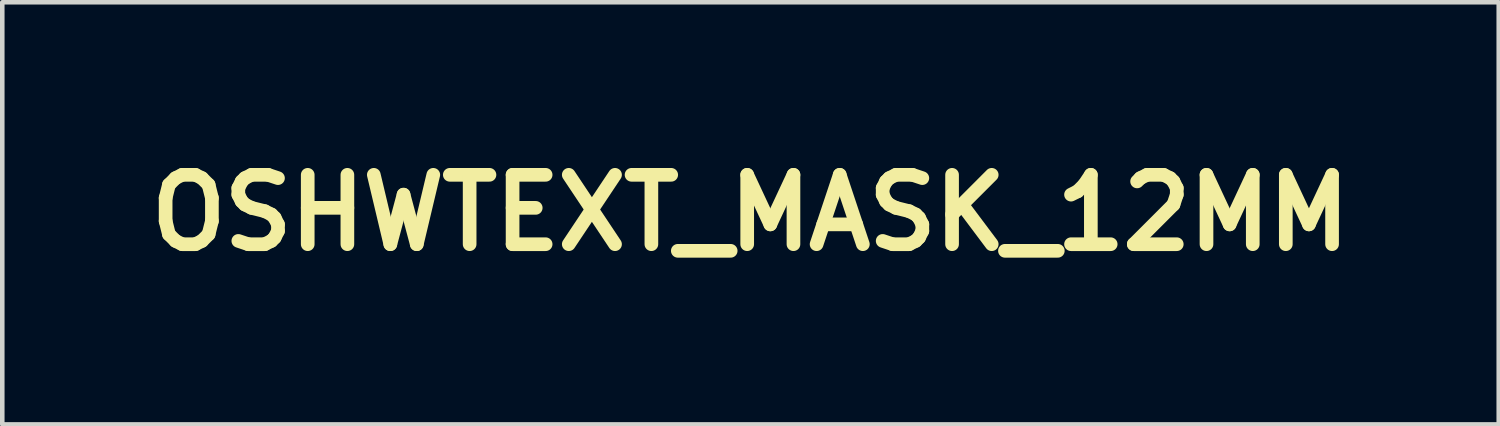
<source format=kicad_pcb>
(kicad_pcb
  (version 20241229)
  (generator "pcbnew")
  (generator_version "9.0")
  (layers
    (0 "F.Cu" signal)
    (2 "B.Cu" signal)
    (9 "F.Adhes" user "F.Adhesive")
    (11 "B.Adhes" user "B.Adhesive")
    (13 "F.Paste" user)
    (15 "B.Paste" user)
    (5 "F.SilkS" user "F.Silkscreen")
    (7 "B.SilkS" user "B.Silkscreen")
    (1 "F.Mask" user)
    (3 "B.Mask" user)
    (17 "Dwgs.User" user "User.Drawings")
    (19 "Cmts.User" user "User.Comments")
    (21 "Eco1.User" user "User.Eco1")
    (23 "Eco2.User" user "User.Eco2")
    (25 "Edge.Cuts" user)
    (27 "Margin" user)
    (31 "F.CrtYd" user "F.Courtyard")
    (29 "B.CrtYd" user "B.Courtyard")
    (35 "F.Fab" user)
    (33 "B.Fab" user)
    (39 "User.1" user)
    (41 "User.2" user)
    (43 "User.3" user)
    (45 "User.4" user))
  (footprint "OSHWTEXT_MASK_12MM"
    (layer "F.Cu")
    (at 13.433 1.624)
    (property "Reference" "OSHWTEXT_MASK_12MM" (at 0 0 0) (layer "F.SilkS") (effects (font (size 1.524 1.524) (thickness 0.3))))
    (attr through_hole)
    (fp_poly (pts (xy -1.63 0.379) (xy -1.544 0.409) (xy -1.504 0.434) (xy -1.48 0.455) (xy -1.476 0.463) (xy -1.486 0.482) (xy -1.512 0.518) (xy -1.549 0.563) (xy -1.557 0.573) (xy -1.638 0.666) (xy -1.688 0.64) (xy -1.753 0.62) (xy -1.828 0.616) (xy -1.899 0.629) (xy -1.934 0.644) (xy -1.973 0.676) (xy -2.009 0.721) (xy -2.015 0.731) (xy -2.025 0.75) (xy -2.032 0.771) (xy -2.038 0.798) (xy -2.042 0.834) (xy -2.045 0.884) (xy -2.047 0.952) (xy -2.048 1.042) (xy -2.048 1.158) (xy -2.048 1.213) (xy -2.048 1.635) (xy -2.302 1.635) (xy -2.302 0.381) (xy -2.048 0.381) (xy -2.048 0.514) (xy -2.012 0.48) (xy -1.93 0.424) (xy -1.834 0.387) (xy -1.731 0.372) (xy -1.63 0.379)) (stroke (width 0.01) (type solid)) (fill yes) (layer "F.Mask"))
    (fp_poly (pts (xy 3.833 -1.589) (xy 3.854 -1.58) (xy 3.898 -1.558) (xy 3.929 -1.54) (xy 3.937 -1.531) (xy 3.927 -1.516) (xy 3.902 -1.482) (xy 3.865 -1.437) (xy 3.852 -1.422) (xy 3.768 -1.322) (xy 3.707 -1.353) (xy 3.627 -1.378) (xy 3.546 -1.373) (xy 3.469 -1.339) (xy 3.402 -1.278) (xy 3.39 -1.264) (xy 3.38 -1.249) (xy 3.373 -1.232) (xy 3.367 -1.208) (xy 3.362 -1.173) (xy 3.359 -1.124) (xy 3.357 -1.057) (xy 3.355 -0.967) (xy 3.354 -0.851) (xy 3.353 -0.793) (xy 3.348 -0.365) (xy 3.111 -0.365) (xy 3.111 -1.603) (xy 3.35 -1.603) (xy 3.35 -1.54) (xy 3.352 -1.5) (xy 3.357 -1.478) (xy 3.359 -1.476) (xy 3.375 -1.486) (xy 3.407 -1.51) (xy 3.43 -1.529) (xy 3.52 -1.586) (xy 3.621 -1.615) (xy 3.727 -1.616) (xy 3.833 -1.589)) (stroke (width 0.01) (type solid)) (fill yes) (layer "F.Mask"))
    (fp_poly (pts (xy 3.426 0.371) (xy 3.475 0.385) (xy 3.529 0.403) (xy 3.576 0.423) (xy 3.607 0.441) (xy 3.613 0.446) (xy 3.612 0.463) (xy 3.596 0.493) (xy 3.561 0.539) (xy 3.507 0.605) (xy 3.497 0.618) (xy 3.451 0.672) (xy 3.406 0.642) (xy 3.338 0.615) (xy 3.262 0.613) (xy 3.186 0.634) (xy 3.12 0.675) (xy 3.072 0.731) (xy 3.063 0.749) (xy 3.055 0.771) (xy 3.049 0.798) (xy 3.045 0.837) (xy 3.041 0.89) (xy 3.039 0.962) (xy 3.037 1.057) (xy 3.036 1.178) (xy 3.035 1.21) (xy 3.03 1.635) (xy 2.794 1.635) (xy 2.794 0.381) (xy 3.032 0.381) (xy 3.032 0.445) (xy 3.034 0.484) (xy 3.038 0.506) (xy 3.04 0.508) (xy 3.056 0.499) (xy 3.089 0.476) (xy 3.119 0.454) (xy 3.197 0.409) (xy 3.291 0.378) (xy 3.385 0.365) (xy 3.389 0.365) (xy 3.426 0.371)) (stroke (width 0.01) (type solid)) (fill yes) (layer "F.Mask"))
    (fp_poly (pts (xy -1.707 -1.616) (xy -1.599 -1.584) (xy -1.594 -1.581) (xy -1.507 -1.529) (xy -1.44 -1.462) (xy -1.388 -1.373) (xy -1.377 -1.35) (xy -1.368 -1.327) (xy -1.362 -1.301) (xy -1.357 -1.268) (xy -1.353 -1.224) (xy -1.351 -1.165) (xy -1.35 -1.087) (xy -1.35 -0.986) (xy -1.35 -0.858) (xy -1.35 -0.829) (xy -1.349 -0.365) (xy -1.587 -0.365) (xy -1.587 -0.767) (xy -1.588 -0.89) (xy -1.588 -0.987) (xy -1.59 -1.06) (xy -1.592 -1.114) (xy -1.596 -1.154) (xy -1.602 -1.184) (xy -1.609 -1.208) (xy -1.619 -1.231) (xy -1.623 -1.238) (xy -1.668 -1.308) (xy -1.721 -1.35) (xy -1.79 -1.37) (xy -1.841 -1.373) (xy -1.92 -1.365) (xy -1.982 -1.338) (xy -2.037 -1.287) (xy -2.055 -1.264) (xy -2.065 -1.249) (xy -2.072 -1.232) (xy -2.078 -1.208) (xy -2.083 -1.173) (xy -2.086 -1.124) (xy -2.088 -1.057) (xy -2.09 -0.967) (xy -2.092 -0.851) (xy -2.092 -0.793) (xy -2.097 -0.365) (xy -2.334 -0.365) (xy -2.334 -1.603) (xy -2.095 -1.603) (xy -2.095 -1.477) (xy -2.024 -1.531) (xy -1.924 -1.589) (xy -1.817 -1.617) (xy -1.707 -1.616)) (stroke (width 0.01) (type solid)) (fill yes) (layer "F.Mask"))
    (fp_poly (pts (xy 4.58 -1.612) (xy 4.696 -1.581) (xy 4.804 -1.522) (xy 4.883 -1.457) (xy 4.933 -1.411) (xy 4.847 -1.33) (xy 4.762 -1.249) (xy 4.718 -1.29) (xy 4.641 -1.346) (xy 4.555 -1.375) (xy 4.467 -1.38) (xy 4.382 -1.361) (xy 4.306 -1.32) (xy 4.244 -1.259) (xy 4.202 -1.178) (xy 4.199 -1.169) (xy 4.179 -1.072) (xy 4.175 -0.971) (xy 4.185 -0.871) (xy 4.207 -0.782) (xy 4.24 -0.71) (xy 4.266 -0.679) (xy 4.346 -0.623) (xy 4.436 -0.594) (xy 4.53 -0.591) (xy 4.622 -0.615) (xy 4.704 -0.665) (xy 4.718 -0.678) (xy 4.762 -0.72) (xy 4.847 -0.639) (xy 4.933 -0.558) (xy 4.875 -0.502) (xy 4.78 -0.428) (xy 4.673 -0.38) (xy 4.55 -0.357) (xy 4.508 -0.354) (xy 4.428 -0.353) (xy 4.367 -0.359) (xy 4.315 -0.373) (xy 4.299 -0.379) (xy 4.181 -0.438) (xy 4.088 -0.512) (xy 4.018 -0.603) (xy 3.97 -0.714) (xy 3.943 -0.846) (xy 3.935 -0.992) (xy 3.947 -1.146) (xy 3.983 -1.28) (xy 4.041 -1.394) (xy 4.12 -1.486) (xy 4.219 -1.554) (xy 4.336 -1.598) (xy 4.451 -1.616) (xy 4.58 -1.612)) (stroke (width 0.01) (type solid)) (fill yes) (layer "F.Mask"))
    (fp_poly (pts (xy 2.067 -1.187) (xy 2.068 -1.06) (xy 2.07 -0.96) (xy 2.073 -0.884) (xy 2.076 -0.828) (xy 2.08 -0.787) (xy 2.086 -0.758) (xy 2.093 -0.736) (xy 2.103 -0.717) (xy 2.103 -0.716) (xy 2.161 -0.646) (xy 2.233 -0.604) (xy 2.316 -0.59) (xy 2.406 -0.605) (xy 2.421 -0.61) (xy 2.479 -0.641) (xy 2.522 -0.688) (xy 2.532 -0.705) (xy 2.544 -0.726) (xy 2.553 -0.746) (xy 2.56 -0.77) (xy 2.565 -0.801) (xy 2.568 -0.843) (xy 2.57 -0.901) (xy 2.571 -0.98) (xy 2.572 -1.082) (xy 2.572 -1.188) (xy 2.572 -1.603) (xy 2.826 -1.603) (xy 2.826 -0.365) (xy 2.572 -0.365) (xy 2.572 -0.498) (xy 2.528 -0.456) (xy 2.444 -0.397) (xy 2.345 -0.361) (xy 2.239 -0.35) (xy 2.134 -0.364) (xy 2.072 -0.387) (xy 2.012 -0.422) (xy 1.954 -0.469) (xy 1.934 -0.489) (xy 1.905 -0.523) (xy 1.881 -0.558) (xy 1.863 -0.598) (xy 1.849 -0.645) (xy 1.839 -0.704) (xy 1.832 -0.779) (xy 1.828 -0.874) (xy 1.826 -0.992) (xy 1.826 -1.138) (xy 1.826 -1.162) (xy 1.826 -1.603) (xy 1.944 -1.603) (xy 2.062 -1.603) (xy 2.067 -1.187)) (stroke (width 0.01) (type solid)) (fill yes) (layer "F.Mask"))
    (fp_poly (pts (xy 5.643 -1.605) (xy 5.752 -1.567) (xy 5.853 -1.504) (xy 5.905 -1.457) (xy 5.959 -1.388) (xy 5.999 -1.308) (xy 6.025 -1.209) (xy 6.041 -1.088) (xy 6.043 -1.054) (xy 6.053 -0.889) (xy 5.251 -0.889) (xy 5.262 -0.83) (xy 5.294 -0.734) (xy 5.346 -0.659) (xy 5.416 -0.606) (xy 5.498 -0.578) (xy 5.59 -0.575) (xy 5.688 -0.598) (xy 5.782 -0.647) (xy 5.842 -0.687) (xy 6.014 -0.548) (xy 5.966 -0.497) (xy 5.883 -0.433) (xy 5.779 -0.386) (xy 5.658 -0.36) (xy 5.588 -0.355) (xy 5.519 -0.354) (xy 5.457 -0.357) (xy 5.413 -0.362) (xy 5.405 -0.363) (xy 5.292 -0.409) (xy 5.194 -0.48) (xy 5.116 -0.574) (xy 5.087 -0.627) (xy 5.048 -0.739) (xy 5.026 -0.866) (xy 5.022 -1) (xy 5.03 -1.095) (xy 5.253 -1.095) (xy 5.799 -1.095) (xy 5.79 -1.158) (xy 5.765 -1.243) (xy 5.718 -1.314) (xy 5.653 -1.363) (xy 5.645 -1.367) (xy 5.554 -1.393) (xy 5.468 -1.39) (xy 5.392 -1.36) (xy 5.33 -1.304) (xy 5.284 -1.226) (xy 5.264 -1.155) (xy 5.253 -1.095) (xy 5.03 -1.095) (xy 5.033 -1.133) (xy 5.061 -1.259) (xy 5.104 -1.369) (xy 5.139 -1.428) (xy 5.217 -1.512) (xy 5.312 -1.572) (xy 5.418 -1.607) (xy 5.53 -1.619) (xy 5.643 -1.605)) (stroke (width 0.01) (type solid)) (fill yes) (layer "F.Mask"))
    (fp_poly (pts (xy -5.408 -1.608) (xy -5.3 -1.574) (xy -5.2 -1.514) (xy -5.15 -1.469) (xy -5.1 -1.414) (xy -5.064 -1.36) (xy -5.038 -1.3) (xy -5.021 -1.229) (xy -5.012 -1.141) (xy -5.009 -1.029) (xy -5.009 -0.984) (xy -5.011 -0.863) (xy -5.018 -0.767) (xy -5.031 -0.691) (xy -5.054 -0.628) (xy -5.086 -0.573) (xy -5.131 -0.519) (xy -5.15 -0.5) (xy -5.245 -0.424) (xy -5.356 -0.373) (xy -5.476 -0.35) (xy -5.6 -0.354) (xy -5.678 -0.372) (xy -5.789 -0.422) (xy -5.882 -0.497) (xy -5.953 -0.592) (xy -5.977 -0.641) (xy -5.999 -0.717) (xy -6.014 -0.815) (xy -6.021 -0.927) (xy -6.02 -1.004) (xy -5.78 -1.004) (xy -5.778 -0.911) (xy -5.77 -0.825) (xy -5.756 -0.757) (xy -5.748 -0.737) (xy -5.7 -0.666) (xy -5.632 -0.612) (xy -5.604 -0.598) (xy -5.559 -0.59) (xy -5.498 -0.593) (xy -5.435 -0.604) (xy -5.384 -0.621) (xy -5.369 -0.63) (xy -5.307 -0.691) (xy -5.267 -0.767) (xy -5.246 -0.865) (xy -5.246 -0.868) (xy -5.241 -0.954) (xy -5.243 -1.044) (xy -5.251 -1.129) (xy -5.264 -1.198) (xy -5.278 -1.238) (xy -5.329 -1.305) (xy -5.395 -1.351) (xy -5.47 -1.375) (xy -5.549 -1.376) (xy -5.624 -1.356) (xy -5.69 -1.313) (xy -5.74 -1.249) (xy -5.747 -1.234) (xy -5.765 -1.175) (xy -5.775 -1.095) (xy -5.78 -1.004) (xy -6.02 -1.004) (xy -6.02 -1.043) (xy -6.012 -1.156) (xy -5.996 -1.256) (xy -5.974 -1.334) (xy -5.97 -1.342) (xy -5.911 -1.44) (xy -5.832 -1.517) (xy -5.737 -1.573) (xy -5.631 -1.607) (xy -5.52 -1.619) (xy -5.408 -1.608)) (stroke (width 0.01) (type solid)) (fill yes) (layer "F.Mask"))
    (fp_poly (pts (xy 1.249 -1.595) (xy 1.351 -1.551) (xy 1.44 -1.485) (xy 1.511 -1.399) (xy 1.542 -1.341) (xy 1.564 -1.269) (xy 1.58 -1.174) (xy 1.589 -1.066) (xy 1.591 -0.951) (xy 1.586 -0.84) (xy 1.574 -0.74) (xy 1.555 -0.659) (xy 1.548 -0.641) (xy 1.492 -0.546) (xy 1.414 -0.463) (xy 1.323 -0.403) (xy 1.227 -0.37) (xy 1.116 -0.353) (xy 1.003 -0.355) (xy 0.902 -0.375) (xy 0.897 -0.376) (xy 0.821 -0.415) (xy 0.741 -0.48) (xy 0.729 -0.492) (xy 0.677 -0.547) (xy 0.639 -0.601) (xy 0.611 -0.66) (xy 0.594 -0.728) (xy 0.584 -0.814) (xy 0.58 -0.921) (xy 0.579 -0.984) (xy 0.58 -1.04) (xy 0.811 -1.04) (xy 0.812 -0.955) (xy 0.817 -0.872) (xy 0.828 -0.799) (xy 0.842 -0.746) (xy 0.846 -0.737) (xy 0.9 -0.663) (xy 0.971 -0.613) (xy 1.052 -0.59) (xy 1.137 -0.594) (xy 1.214 -0.623) (xy 1.267 -0.66) (xy 1.304 -0.707) (xy 1.33 -0.769) (xy 1.344 -0.85) (xy 1.349 -0.956) (xy 1.349 -0.984) (xy 1.346 -1.096) (xy 1.335 -1.181) (xy 1.313 -1.246) (xy 1.28 -1.294) (xy 1.232 -1.332) (xy 1.206 -1.346) (xy 1.12 -1.376) (xy 1.036 -1.376) (xy 0.96 -1.349) (xy 0.896 -1.298) (xy 0.847 -1.225) (xy 0.819 -1.133) (xy 0.816 -1.116) (xy 0.811 -1.04) (xy 0.58 -1.04) (xy 0.581 -1.106) (xy 0.588 -1.201) (xy 0.602 -1.277) (xy 0.625 -1.34) (xy 0.657 -1.396) (xy 0.702 -1.45) (xy 0.72 -1.469) (xy 0.813 -1.543) (xy 0.917 -1.592) (xy 1.028 -1.616) (xy 1.14 -1.617) (xy 1.249 -1.595)) (stroke (width 0.01) (type solid)) (fill yes) (layer "F.Mask"))
    (fp_poly (pts (xy 4.245 0.378) (xy 4.265 0.381) (xy 4.349 0.403) (xy 4.415 0.432) (xy 4.477 0.475) (xy 4.511 0.504) (xy 4.575 0.577) (xy 4.624 0.668) (xy 4.657 0.779) (xy 4.676 0.913) (xy 4.682 1.028) (xy 4.683 1.095) (xy 4.286 1.095) (xy 4.161 1.095) (xy 4.064 1.096) (xy 3.992 1.097) (xy 3.942 1.101) (xy 3.91 1.109) (xy 3.893 1.121) (xy 3.889 1.139) (xy 3.892 1.162) (xy 3.901 1.194) (xy 3.906 1.211) (xy 3.938 1.28) (xy 3.988 1.342) (xy 4.049 1.387) (xy 4.074 1.398) (xy 4.164 1.413) (xy 4.262 1.404) (xy 4.357 1.374) (xy 4.397 1.352) (xy 4.479 1.302) (xy 4.557 1.369) (xy 4.597 1.405) (xy 4.626 1.434) (xy 4.635 1.447) (xy 4.624 1.463) (xy 4.596 1.491) (xy 4.569 1.515) (xy 4.469 1.58) (xy 4.351 1.622) (xy 4.219 1.64) (xy 4.091 1.633) (xy 3.971 1.602) (xy 3.869 1.545) (xy 3.785 1.464) (xy 3.72 1.36) (xy 3.676 1.234) (xy 3.654 1.088) (xy 3.651 1.008) (xy 3.659 0.905) (xy 3.885 0.905) (xy 4.429 0.905) (xy 4.429 0.861) (xy 4.419 0.807) (xy 4.392 0.745) (xy 4.356 0.688) (xy 4.317 0.647) (xy 4.317 0.647) (xy 4.242 0.611) (xy 4.158 0.599) (xy 4.074 0.612) (xy 4.002 0.648) (xy 3.944 0.71) (xy 3.906 0.794) (xy 3.896 0.837) (xy 3.885 0.905) (xy 3.659 0.905) (xy 3.663 0.856) (xy 3.696 0.722) (xy 3.749 0.606) (xy 3.82 0.511) (xy 3.907 0.439) (xy 4.008 0.391) (xy 4.121 0.37) (xy 4.245 0.378)) (stroke (width 0.01) (type solid)) (fill yes) (layer "F.Mask"))
    (fp_poly (pts (xy -2.986 -1.61) (xy -2.873 -1.577) (xy -2.77 -1.515) (xy -2.733 -1.484) (xy -2.673 -1.422) (xy -2.63 -1.356) (xy -2.601 -1.279) (xy -2.583 -1.185) (xy -2.575 -1.068) (xy -2.568 -0.889) (xy -3.35 -0.889) (xy -3.349 -0.845) (xy -3.342 -0.803) (xy -3.326 -0.752) (xy -3.32 -0.737) (xy -3.269 -0.661) (xy -3.202 -0.608) (xy -3.12 -0.58) (xy -3.028 -0.576) (xy -2.93 -0.597) (xy -2.83 -0.644) (xy -2.792 -0.67) (xy -2.774 -0.676) (xy -2.75 -0.668) (xy -2.713 -0.643) (xy -2.685 -0.619) (xy -2.644 -0.583) (xy -2.614 -0.554) (xy -2.603 -0.538) (xy -2.617 -0.519) (xy -2.651 -0.491) (xy -2.699 -0.458) (xy -2.754 -0.425) (xy -2.808 -0.396) (xy -2.855 -0.376) (xy -2.863 -0.373) (xy -2.958 -0.355) (xy -3.065 -0.351) (xy -3.17 -0.36) (xy -3.25 -0.38) (xy -3.36 -0.433) (xy -3.447 -0.506) (xy -3.513 -0.6) (xy -3.558 -0.715) (xy -3.582 -0.854) (xy -3.588 -0.974) (xy -3.577 -1.137) (xy -3.576 -1.141) (xy -3.35 -1.141) (xy -3.35 -1.095) (xy -3.08 -1.095) (xy -2.976 -1.096) (xy -2.9 -1.098) (xy -2.849 -1.101) (xy -2.821 -1.107) (xy -2.81 -1.114) (xy -2.81 -1.115) (xy -2.82 -1.172) (xy -2.844 -1.237) (xy -2.878 -1.294) (xy -2.885 -1.303) (xy -2.953 -1.362) (xy -3.032 -1.391) (xy -3.117 -1.392) (xy -3.205 -1.362) (xy -3.207 -1.36) (xy -3.267 -1.315) (xy -3.315 -1.252) (xy -3.344 -1.183) (xy -3.35 -1.141) (xy -3.576 -1.141) (xy -3.546 -1.277) (xy -3.495 -1.394) (xy -3.424 -1.487) (xy -3.333 -1.555) (xy -3.224 -1.598) (xy -3.111 -1.615) (xy -2.986 -1.61)) (stroke (width 0.01) (type solid)) (fill yes) (layer "F.Mask"))
    (fp_poly (pts (xy 0.022 -1.611) (xy 0.163 -1.578) (xy 0.292 -1.517) (xy 0.307 -1.508) (xy 0.383 -1.46) (xy 0.317 -1.381) (xy 0.281 -1.339) (xy 0.253 -1.307) (xy 0.238 -1.294) (xy 0.218 -1.297) (xy 0.181 -1.312) (xy 0.157 -1.325) (xy 0.068 -1.364) (xy -0.022 -1.387) (xy -0.107 -1.394) (xy -0.184 -1.384) (xy -0.248 -1.361) (xy -0.293 -1.323) (xy -0.316 -1.271) (xy -0.317 -1.251) (xy -0.313 -1.209) (xy -0.299 -1.176) (xy -0.27 -1.152) (xy -0.224 -1.134) (xy -0.154 -1.119) (xy -0.058 -1.107) (xy -0.024 -1.103) (xy 0.101 -1.085) (xy 0.2 -1.06) (xy 0.274 -1.025) (xy 0.33 -0.978) (xy 0.371 -0.916) (xy 0.395 -0.859) (xy 0.415 -0.754) (xy 0.404 -0.654) (xy 0.366 -0.562) (xy 0.3 -0.482) (xy 0.21 -0.417) (xy 0.176 -0.4) (xy 0.091 -0.372) (xy -0.012 -0.356) (xy -0.122 -0.351) (xy -0.228 -0.359) (xy -0.318 -0.378) (xy -0.456 -0.435) (xy -0.57 -0.504) (xy -0.59 -0.52) (xy -0.649 -0.567) (xy -0.565 -0.65) (xy -0.48 -0.733) (xy -0.406 -0.677) (xy -0.326 -0.626) (xy -0.241 -0.595) (xy -0.141 -0.581) (xy -0.087 -0.58) (xy 0.004 -0.586) (xy 0.073 -0.606) (xy 0.125 -0.642) (xy 0.147 -0.669) (xy 0.168 -0.721) (xy 0.164 -0.776) (xy 0.135 -0.822) (xy 0.12 -0.835) (xy 0.089 -0.846) (xy 0.032 -0.859) (xy -0.042 -0.871) (xy -0.115 -0.88) (xy -0.234 -0.896) (xy -0.322 -0.915) (xy -0.377 -0.934) (xy -0.459 -0.992) (xy -0.518 -1.066) (xy -0.554 -1.15) (xy -0.566 -1.24) (xy -0.554 -1.331) (xy -0.52 -1.417) (xy -0.463 -1.494) (xy -0.384 -1.556) (xy -0.354 -1.572) (xy -0.294 -1.594) (xy -0.221 -1.608) (xy -0.133 -1.616) (xy 0.022 -1.611)) (stroke (width 0.01) (type solid)) (fill yes) (layer "F.Mask"))
    (fp_poly (pts (xy -0.445 1.635) (xy -0.683 1.635) (xy -0.683 1.572) (xy -0.684 1.532) (xy -0.689 1.51) (xy -0.691 1.508) (xy -0.707 1.517) (xy -0.74 1.538) (xy -0.763 1.555) (xy -0.867 1.612) (xy -0.978 1.639) (xy -1.097 1.634) (xy -1.097 1.634) (xy -1.182 1.612) (xy -1.253 1.574) (xy -1.32 1.512) (xy -1.329 1.502) (xy -1.365 1.456) (xy -1.393 1.409) (xy -1.412 1.356) (xy -1.425 1.289) (xy -1.434 1.203) (xy -1.439 1.103) (xy -1.442 1.001) (xy -1.195 1.001) (xy -1.193 1.107) (xy -1.185 1.189) (xy -1.171 1.249) (xy -1.15 1.296) (xy -1.119 1.333) (xy -1.115 1.337) (xy -1.079 1.367) (xy -1.046 1.385) (xy -1.006 1.392) (xy -0.949 1.393) (xy -0.922 1.392) (xy -0.865 1.388) (xy -0.828 1.379) (xy -0.8 1.361) (xy -0.77 1.329) (xy -0.769 1.327) (xy -0.739 1.287) (xy -0.718 1.243) (xy -0.705 1.188) (xy -0.697 1.116) (xy -0.695 1.022) (xy -0.695 0.971) (xy -0.703 0.85) (xy -0.724 0.756) (xy -0.759 0.688) (xy -0.811 0.643) (xy -0.881 0.619) (xy -0.943 0.615) (xy -1.025 0.622) (xy -1.088 0.646) (xy -1.135 0.69) (xy -1.167 0.756) (xy -1.187 0.846) (xy -1.194 0.963) (xy -1.195 1.001) (xy -1.442 1.001) (xy -1.443 0.94) (xy -1.436 0.804) (xy -1.419 0.692) (xy -1.39 0.601) (xy -1.348 0.528) (xy -1.292 0.47) (xy -1.241 0.434) (xy -1.134 0.387) (xy -1.025 0.372) (xy -0.915 0.387) (xy -0.808 0.432) (xy -0.765 0.46) (xy -0.726 0.487) (xy -0.698 0.505) (xy -0.691 0.508) (xy -0.688 0.493) (xy -0.686 0.451) (xy -0.684 0.387) (xy -0.683 0.305) (xy -0.683 0.21) (xy -0.683 0.191) (xy -0.683 -0.127) (xy -0.445 -0.127) (xy -0.445 1.635)) (stroke (width 0.01) (type solid)) (fill yes) (layer "F.Mask"))
    (fp_poly (pts (xy -0.169 0.384) (xy -0.04 0.389) (xy 0.078 0.822) (xy 0.108 0.933) (xy 0.137 1.034) (xy 0.162 1.12) (xy 0.182 1.188) (xy 0.197 1.234) (xy 0.205 1.254) (xy 0.206 1.254) (xy 0.213 1.24) (xy 0.228 1.199) (xy 0.251 1.135) (xy 0.279 1.052) (xy 0.312 0.954) (xy 0.348 0.845) (xy 0.357 0.818) (xy 0.498 0.381) (xy 0.678 0.381) (xy 0.697 0.448) (xy 0.717 0.515) (xy 0.743 0.597) (xy 0.773 0.69) (xy 0.805 0.788) (xy 0.837 0.888) (xy 0.869 0.984) (xy 0.899 1.072) (xy 0.925 1.148) (xy 0.946 1.206) (xy 0.96 1.243) (xy 0.966 1.254) (xy 0.973 1.239) (xy 0.986 1.198) (xy 1.006 1.133) (xy 1.03 1.05) (xy 1.058 0.951) (xy 1.088 0.84) (xy 1.094 0.817) (xy 1.212 0.381) (xy 1.336 0.381) (xy 1.395 0.382) (xy 1.438 0.386) (xy 1.46 0.391) (xy 1.461 0.393) (xy 1.456 0.41) (xy 1.443 0.454) (xy 1.422 0.522) (xy 1.395 0.611) (xy 1.362 0.716) (xy 1.324 0.836) (xy 1.283 0.966) (xy 1.266 1.02) (xy 1.072 1.635) (xy 0.965 1.635) (xy 0.859 1.635) (xy 0.811 1.48) (xy 0.79 1.412) (xy 0.763 1.322) (xy 0.733 1.219) (xy 0.701 1.113) (xy 0.682 1.048) (xy 0.655 0.959) (xy 0.63 0.88) (xy 0.61 0.817) (xy 0.596 0.775) (xy 0.589 0.758) (xy 0.583 0.764) (xy 0.572 0.789) (xy 0.556 0.836) (xy 0.534 0.905) (xy 0.505 0.997) (xy 0.469 1.116) (xy 0.426 1.26) (xy 0.374 1.433) (xy 0.337 1.56) (xy 0.315 1.635) (xy 0.101 1.635) (xy -0.021 1.25) (xy -0.06 1.127) (xy -0.101 0.999) (xy -0.142 0.872) (xy -0.179 0.755) (xy -0.21 0.657) (xy -0.221 0.622) (xy -0.299 0.38) (xy -0.169 0.384)) (stroke (width 0.01) (type solid)) (fill yes) (layer "F.Mask"))
    (fp_poly (pts (xy -3.022 0.371) (xy -2.89 0.393) (xy -2.78 0.433) (xy -2.695 0.492) (xy -2.635 0.567) (xy -2.605 0.643) (xy -2.6 0.682) (xy -2.595 0.749) (xy -2.592 0.843) (xy -2.589 0.959) (xy -2.588 1.095) (xy -2.588 1.174) (xy -2.588 1.635) (xy -2.826 1.635) (xy -2.826 1.58) (xy -2.831 1.538) (xy -2.845 1.525) (xy -2.865 1.542) (xy -2.873 1.554) (xy -2.906 1.586) (xy -2.963 1.612) (xy -3.037 1.631) (xy -3.121 1.64) (xy -3.208 1.639) (xy -3.254 1.633) (xy -3.337 1.61) (xy -3.417 1.573) (xy -3.481 1.528) (xy -3.496 1.513) (xy -3.544 1.439) (xy -3.575 1.349) (xy -3.585 1.255) (xy -3.584 1.254) (xy -3.354 1.254) (xy -3.345 1.316) (xy -3.314 1.36) (xy -3.262 1.391) (xy -3.218 1.402) (xy -3.154 1.409) (xy -3.081 1.411) (xy -3.01 1.409) (xy -2.952 1.402) (xy -2.921 1.393) (xy -2.877 1.354) (xy -2.844 1.292) (xy -2.828 1.214) (xy -2.826 1.179) (xy -2.826 1.095) (xy -3.004 1.095) (xy -3.122 1.098) (xy -3.212 1.108) (xy -3.277 1.125) (xy -3.32 1.152) (xy -3.344 1.19) (xy -3.354 1.241) (xy -3.354 1.254) (xy -3.584 1.254) (xy -3.584 1.238) (xy -3.567 1.145) (xy -3.533 1.071) (xy -3.482 1.01) (xy -3.446 0.976) (xy -3.411 0.951) (xy -3.371 0.933) (xy -3.322 0.921) (xy -3.256 0.913) (xy -3.168 0.908) (xy -3.088 0.905) (xy -2.834 0.897) (xy -2.829 0.819) (xy -2.832 0.74) (xy -2.853 0.677) (xy -2.887 0.636) (xy -2.893 0.633) (xy -2.954 0.612) (xy -3.03 0.601) (xy -3.112 0.601) (xy -3.19 0.61) (xy -3.256 0.629) (xy -3.296 0.652) (xy -3.332 0.687) (xy -3.428 0.615) (xy -3.525 0.544) (xy -3.475 0.495) (xy -3.388 0.432) (xy -3.28 0.39) (xy -3.153 0.37) (xy -3.022 0.371)) (stroke (width 0.01) (type solid)) (fill yes) (layer "F.Mask"))
    (fp_poly (pts (xy 2.126 0.377) (xy 2.251 0.407) (xy 2.35 0.456) (xy 2.424 0.524) (xy 2.473 0.611) (xy 2.492 0.681) (xy 2.497 0.72) (xy 2.5 0.785) (xy 2.504 0.872) (xy 2.506 0.974) (xy 2.508 1.088) (xy 2.508 1.201) (xy 2.508 1.635) (xy 2.27 1.635) (xy 2.27 1.58) (xy 2.266 1.539) (xy 2.253 1.527) (xy 2.228 1.542) (xy 2.207 1.563) (xy 2.15 1.603) (xy 2.071 1.629) (xy 1.975 1.641) (xy 1.869 1.637) (xy 1.849 1.635) (xy 1.744 1.607) (xy 1.652 1.557) (xy 1.579 1.488) (xy 1.53 1.405) (xy 1.524 1.388) (xy 1.513 1.331) (xy 1.511 1.259) (xy 1.512 1.232) (xy 1.735 1.232) (xy 1.74 1.29) (xy 1.771 1.344) (xy 1.808 1.377) (xy 1.862 1.399) (xy 1.936 1.412) (xy 2.018 1.416) (xy 2.097 1.409) (xy 2.163 1.393) (xy 2.186 1.382) (xy 2.218 1.358) (xy 2.239 1.328) (xy 2.251 1.285) (xy 2.257 1.221) (xy 2.259 1.191) (xy 2.262 1.103) (xy 2.086 1.099) (xy 1.976 1.099) (xy 1.893 1.107) (xy 1.83 1.123) (xy 1.785 1.149) (xy 1.757 1.178) (xy 1.735 1.232) (xy 1.512 1.232) (xy 1.512 1.228) (xy 1.532 1.126) (xy 1.576 1.045) (xy 1.646 0.979) (xy 1.678 0.957) (xy 1.708 0.941) (xy 1.737 0.928) (xy 1.769 0.92) (xy 1.811 0.914) (xy 1.87 0.91) (xy 1.95 0.907) (xy 2.008 0.905) (xy 2.262 0.897) (xy 2.267 0.838) (xy 2.264 0.751) (xy 2.24 0.682) (xy 2.196 0.635) (xy 2.181 0.627) (xy 2.122 0.608) (xy 2.051 0.599) (xy 1.975 0.599) (xy 1.901 0.608) (xy 1.838 0.624) (xy 1.793 0.647) (xy 1.774 0.67) (xy 1.761 0.676) (xy 1.731 0.663) (xy 1.681 0.631) (xy 1.611 0.578) (xy 1.607 0.575) (xy 1.583 0.553) (xy 1.583 0.533) (xy 1.596 0.512) (xy 1.649 0.461) (xy 1.726 0.42) (xy 1.821 0.39) (xy 1.928 0.372) (xy 2.04 0.368) (xy 2.126 0.377)) (stroke (width 0.01) (type solid)) (fill yes) (layer "F.Mask"))
    (fp_poly (pts (xy -4.089 -1.605) (xy -4.023 -1.582) (xy -3.946 -1.533) (xy -3.878 -1.466) (xy -3.826 -1.39) (xy -3.806 -1.342) (xy -3.798 -1.298) (xy -3.792 -1.229) (xy -3.788 -1.142) (xy -3.786 -1.044) (xy -3.786 -0.942) (xy -3.788 -0.842) (xy -3.792 -0.752) (xy -3.798 -0.679) (xy -3.806 -0.628) (xy -3.808 -0.621) (xy -3.838 -0.558) (xy -3.889 -0.492) (xy -3.951 -0.432) (xy -4.017 -0.386) (xy -4.058 -0.369) (xy -4.169 -0.351) (xy -4.282 -0.36) (xy -4.387 -0.396) (xy -4.479 -0.455) (xy -4.489 -0.464) (xy -4.524 -0.498) (xy -4.524 0.514) (xy -4.489 0.48) (xy -4.408 0.424) (xy -4.312 0.388) (xy -4.21 0.372) (xy -4.111 0.378) (xy -4.022 0.408) (xy -3.935 0.463) (xy -3.871 0.525) (xy -3.826 0.598) (xy -3.814 0.62) (xy -3.806 0.642) (xy -3.799 0.667) (xy -3.793 0.698) (xy -3.79 0.74) (xy -3.787 0.797) (xy -3.785 0.873) (xy -3.783 0.97) (xy -3.782 1.095) (xy -3.781 1.155) (xy -3.776 1.635) (xy -4.014 1.635) (xy -4.019 1.21) (xy -4.021 1.083) (xy -4.023 0.983) (xy -4.025 0.907) (xy -4.028 0.85) (xy -4.032 0.809) (xy -4.037 0.779) (xy -4.044 0.757) (xy -4.054 0.739) (xy -4.059 0.73) (xy -4.116 0.665) (xy -4.189 0.626) (xy -4.28 0.614) (xy -4.284 0.614) (xy -4.359 0.623) (xy -4.42 0.654) (xy -4.475 0.71) (xy -4.484 0.72) (xy -4.493 0.735) (xy -4.501 0.752) (xy -4.507 0.776) (xy -4.511 0.81) (xy -4.515 0.859) (xy -4.517 0.925) (xy -4.519 1.014) (xy -4.52 1.128) (xy -4.521 1.2) (xy -4.526 1.635) (xy -4.778 1.635) (xy -4.778 -0.976) (xy -4.516 -0.976) (xy -4.516 -0.887) (xy -4.514 -0.823) (xy -4.511 -0.777) (xy -4.504 -0.745) (xy -4.493 -0.718) (xy -4.478 -0.693) (xy -4.443 -0.649) (xy -4.402 -0.615) (xy -4.391 -0.609) (xy -4.331 -0.594) (xy -4.259 -0.593) (xy -4.189 -0.604) (xy -4.135 -0.627) (xy -4.131 -0.629) (xy -4.089 -0.667) (xy -4.06 -0.712) (xy -4.04 -0.77) (xy -4.029 -0.848) (xy -4.025 -0.95) (xy -4.024 -0.984) (xy -4.027 -1.094) (xy -4.036 -1.178) (xy -4.053 -1.242) (xy -4.08 -1.29) (xy -4.118 -1.329) (xy -4.13 -1.339) (xy -4.195 -1.368) (xy -4.272 -1.378) (xy -4.35 -1.368) (xy -4.392 -1.352) (xy -4.436 -1.325) (xy -4.469 -1.292) (xy -4.492 -1.249) (xy -4.506 -1.19) (xy -4.514 -1.111) (xy -4.516 -1.006) (xy -4.516 -0.976) (xy -4.778 -0.976) (xy -4.778 -1.603) (xy -4.524 -1.603) (xy -4.524 -1.537) (xy -4.524 -1.47) (xy -4.481 -1.512) (xy -4.398 -1.57) (xy -4.299 -1.606) (xy -4.194 -1.618) (xy -4.089 -1.605)) (stroke (width 0.01) (type solid)) (fill yes) (layer "F.Mask")))
  (gr_rect
    (start -3 -3)
    (end 29.866 6.271)
    (stroke (width 0.1) (type default))
    (fill no)
    (layer "Edge.Cuts")))
</source>
